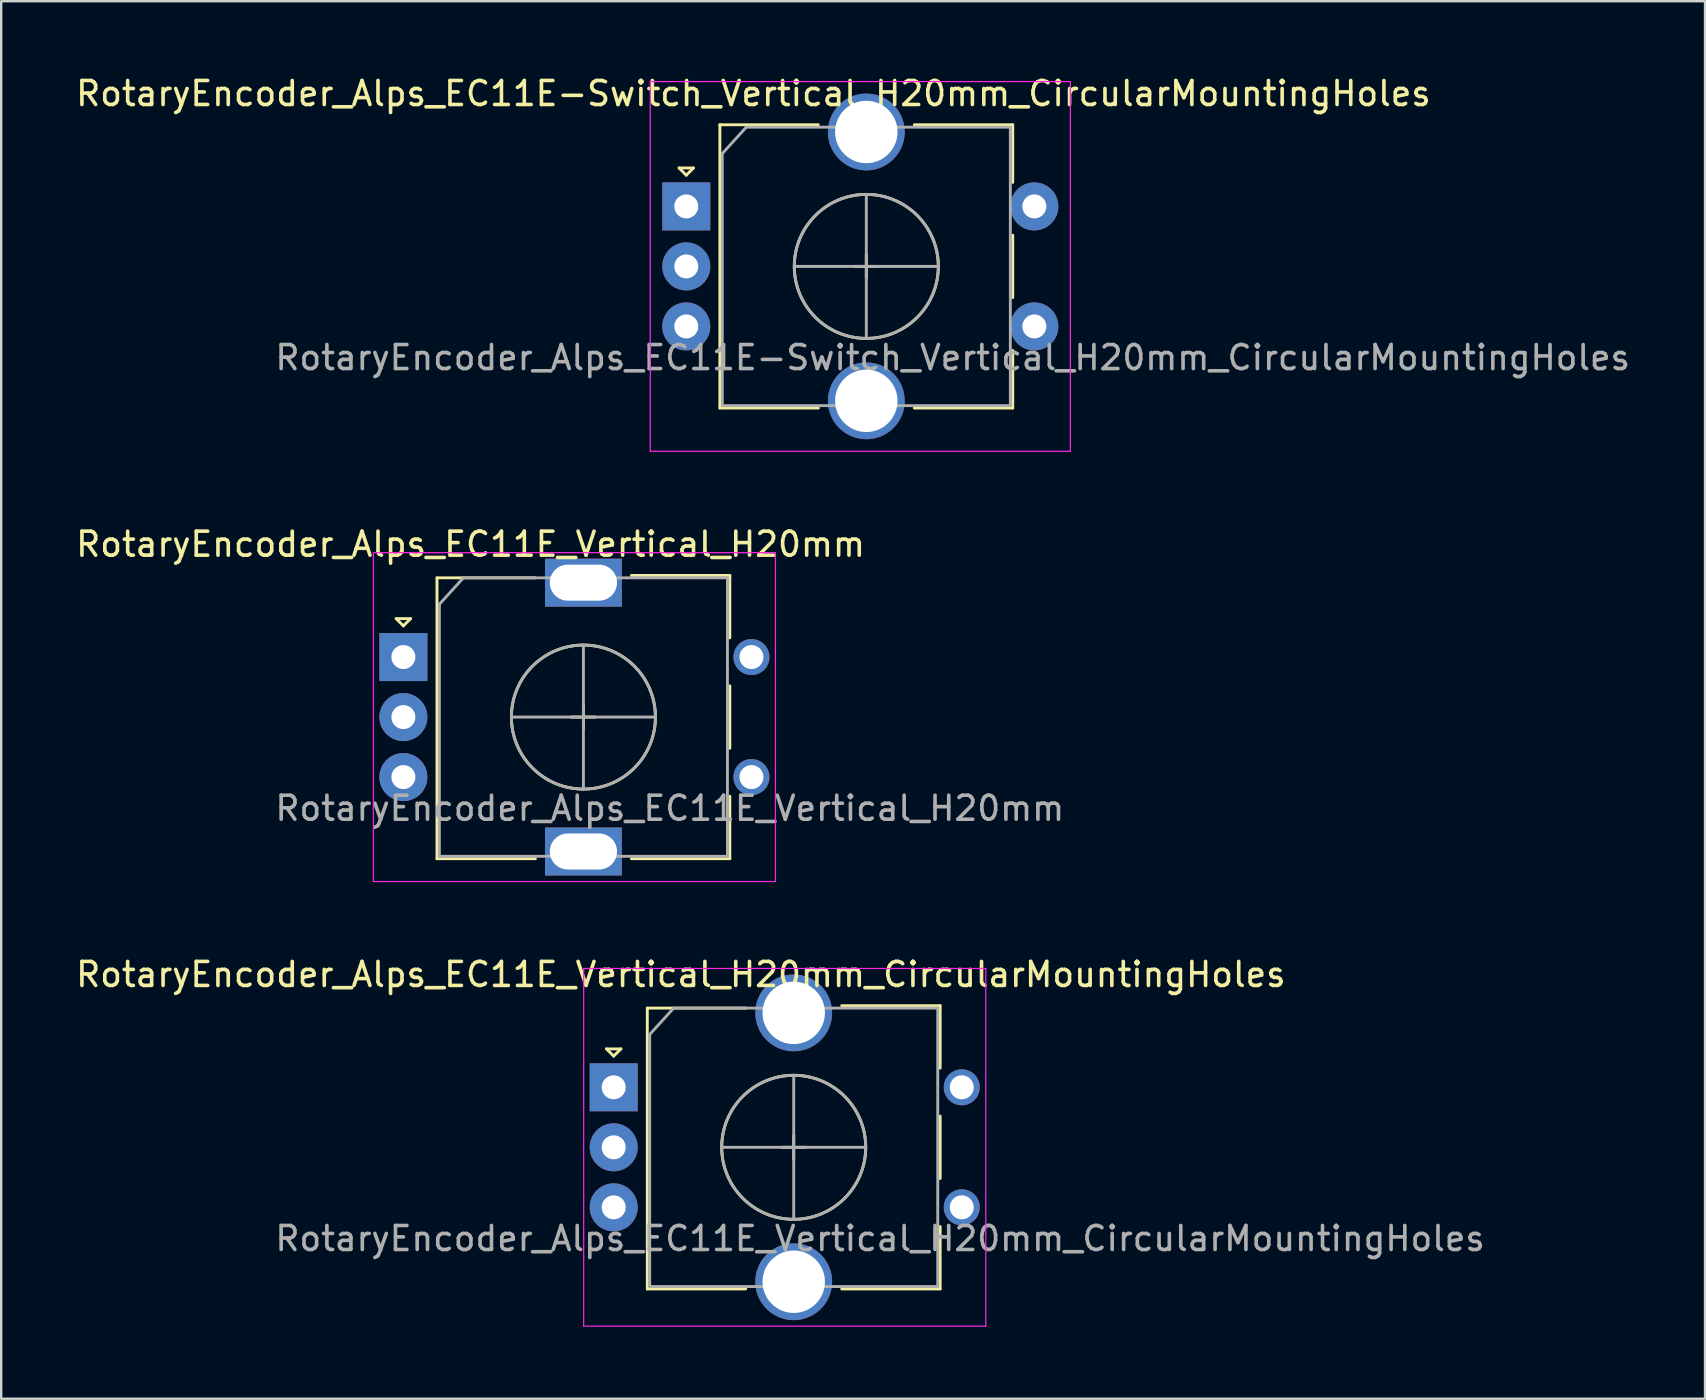
<source format=kicad_pcb>
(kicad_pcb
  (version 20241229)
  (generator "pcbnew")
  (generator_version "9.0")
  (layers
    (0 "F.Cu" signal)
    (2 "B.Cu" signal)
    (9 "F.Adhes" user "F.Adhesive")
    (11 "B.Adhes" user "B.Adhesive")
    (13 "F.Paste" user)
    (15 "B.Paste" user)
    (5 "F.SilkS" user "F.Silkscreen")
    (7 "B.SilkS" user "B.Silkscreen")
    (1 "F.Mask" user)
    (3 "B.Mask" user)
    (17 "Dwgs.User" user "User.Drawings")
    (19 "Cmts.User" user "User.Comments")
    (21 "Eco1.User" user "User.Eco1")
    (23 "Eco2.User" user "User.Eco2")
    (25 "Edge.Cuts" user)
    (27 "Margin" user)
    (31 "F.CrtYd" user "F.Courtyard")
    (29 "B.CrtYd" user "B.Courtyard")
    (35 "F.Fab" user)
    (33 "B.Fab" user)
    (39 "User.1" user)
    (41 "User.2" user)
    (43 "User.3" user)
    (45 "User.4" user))
  (footprint "RotaryEncoder_Alps_EC11E_Vertical_H20mm"
    (layer "F.Cu")
    (at 13.754 24.322)
    (property "Reference" "RotaryEncoder_Alps_EC11E_Vertical_H20mm" (at 2.8 -4.7 0) (layer "F.SilkS") (effects (font (size 1 1) (thickness 0.15))))
    (attr through_hole)
    (fp_line (start -0.3 -1.6) (end 0.3 -1.6) (stroke (width 0.12) (type solid)) (layer "F.SilkS"))
    (fp_line (start 0 -1.3) (end -0.3 -1.6) (stroke (width 0.12) (type solid)) (layer "F.SilkS"))
    (fp_line (start 0.3 -1.6) (end 0 -1.3) (stroke (width 0.12) (type solid)) (layer "F.SilkS"))
    (fp_line (start 1.4 -3.3) (end 1.4 8.4) (stroke (width 0.12) (type solid)) (layer "F.SilkS"))
    (fp_line (start 5.5 -3.3) (end 1.4 -3.3) (stroke (width 0.12) (type solid)) (layer "F.SilkS"))
    (fp_line (start 5.5 8.4) (end 1.4 8.4) (stroke (width 0.12) (type solid)) (layer "F.SilkS"))
    (fp_line (start 7 2.5) (end 8 2.5) (stroke (width 0.12) (type solid)) (layer "F.SilkS"))
    (fp_line (start 7.5 2) (end 7.5 3) (stroke (width 0.12) (type solid)) (layer "F.SilkS"))
    (fp_line (start 9.5 -3.4) (end 13.6 -3.4) (stroke (width 0.12) (type solid)) (layer "F.SilkS"))
    (fp_line (start 13.6 -3.4) (end 13.6 -0.8) (stroke (width 0.12) (type solid)) (layer "F.SilkS"))
    (fp_line (start 13.6 1.2) (end 13.6 3.8) (stroke (width 0.12) (type solid)) (layer "F.SilkS"))
    (fp_line (start 13.6 5.8) (end 13.6 8.4) (stroke (width 0.12) (type solid)) (layer "F.SilkS"))
    (fp_line (start 13.6 8.4) (end 9.5 8.4) (stroke (width 0.12) (type solid)) (layer "F.SilkS"))
    (fp_circle (center 7.5 2.5) (end 10.5 2.5) (stroke (width 0.12) (type solid)) (fill no) (layer "F.SilkS"))
    (fp_line (start -1.25 -4.35) (end -1.25 9.35) (stroke (width 0.05) (type solid)) (layer "F.CrtYd"))
    (fp_line (start -1.25 -4.35) (end 15.5 -4.35) (stroke (width 0.05) (type solid)) (layer "F.CrtYd"))
    (fp_line (start 15.5 9.35) (end -1.25 9.35) (stroke (width 0.05) (type solid)) (layer "F.CrtYd"))
    (fp_line (start 15.5 9.35) (end 15.5 -4.35) (stroke (width 0.05) (type solid)) (layer "F.CrtYd"))
    (fp_line (start 1.5 -2.2) (end 2.5 -3.3) (stroke (width 0.12) (type solid)) (layer "F.Fab"))
    (fp_line (start 1.5 8.3) (end 1.5 -2.2) (stroke (width 0.12) (type solid)) (layer "F.Fab"))
    (fp_line (start 2.5 -3.3) (end 13.5 -3.3) (stroke (width 0.12) (type solid)) (layer "F.Fab"))
    (fp_line (start 4.5 2.5) (end 10.5 2.5) (stroke (width 0.12) (type solid)) (layer "F.Fab"))
    (fp_line (start 7.5 -0.5) (end 7.5 5.5) (stroke (width 0.12) (type solid)) (layer "F.Fab"))
    (fp_line (start 13.5 -3.3) (end 13.5 8.3) (stroke (width 0.12) (type solid)) (layer "F.Fab"))
    (fp_line (start 13.5 8.3) (end 1.5 8.3) (stroke (width 0.12) (type solid)) (layer "F.Fab"))
    (fp_circle (center 7.5 2.5) (end 10.5 2.5) (stroke (width 0.12) (type solid)) (fill no) (layer "F.Fab"))
    (fp_text user "${REFERENCE}" (at 11.1 6.3 0) (layer "F.Fab") (effects (font (size 1 1) (thickness 0.15))))
    (pad "" thru_hole circle (at 14.5 0) (size 1.5 1.5) (drill 1) (layers "*.Cu" "*.Mask"))
    (pad "" thru_hole circle (at 14.5 5) (size 1.5 1.5) (drill 1) (layers "*.Cu" "*.Mask"))
    (pad "A" thru_hole rect (at 0 0) (size 2 2) (drill 1) (layers "*.Cu" "*.Mask"))
    (pad "B" thru_hole circle (at 0 5) (size 2 2) (drill 1) (layers "*.Cu" "*.Mask"))
    (pad "C" thru_hole circle (at 0 2.5) (size 2 2) (drill 1) (layers "*.Cu" "*.Mask"))
    (pad "MP" thru_hole rect (at 7.5 -3.1) (size 3.2 2) (drill oval 2.8 1.5) (layers "*.Cu" "*.Mask"))
    (pad "MP" thru_hole rect (at 7.5 8.1) (size 3.2 2) (drill oval 2.8 1.5) (layers "*.Cu" "*.Mask")))
  (footprint "RotaryEncoder_Alps_EC11E-Switch_Vertical_H20mm_CircularMountingHoles"
    (layer "F.Cu")
    (at 25.539 5.548)
    (property "Reference" "RotaryEncoder_Alps_EC11E-Switch_Vertical_H20mm_CircularMountingHoles" (at 2.8 -4.7 0) (layer "F.SilkS") (effects (font (size 1 1) (thickness 0.15))))
    (attr through_hole)
    (fp_line (start -0.3 -1.6) (end 0.3 -1.6) (stroke (width 0.12) (type solid)) (layer "F.SilkS"))
    (fp_line (start 0 -1.3) (end -0.3 -1.6) (stroke (width 0.12) (type solid)) (layer "F.SilkS"))
    (fp_line (start 0.3 -1.6) (end 0 -1.3) (stroke (width 0.12) (type solid)) (layer "F.SilkS"))
    (fp_line (start 1.4 -3.4) (end 1.4 8.4) (stroke (width 0.12) (type solid)) (layer "F.SilkS"))
    (fp_line (start 5.5 -3.4) (end 1.4 -3.4) (stroke (width 0.12) (type solid)) (layer "F.SilkS"))
    (fp_line (start 5.5 8.4) (end 1.4 8.4) (stroke (width 0.12) (type solid)) (layer "F.SilkS"))
    (fp_line (start 7 2.5) (end 8 2.5) (stroke (width 0.12) (type solid)) (layer "F.SilkS"))
    (fp_line (start 7.5 2) (end 7.5 3) (stroke (width 0.12) (type solid)) (layer "F.SilkS"))
    (fp_line (start 9.5 -3.4) (end 13.6 -3.4) (stroke (width 0.12) (type solid)) (layer "F.SilkS"))
    (fp_line (start 13.6 -3.4) (end 13.6 -1) (stroke (width 0.12) (type solid)) (layer "F.SilkS"))
    (fp_line (start 13.6 1.2) (end 13.6 3.8) (stroke (width 0.12) (type solid)) (layer "F.SilkS"))
    (fp_line (start 13.6 6) (end 13.6 8.4) (stroke (width 0.12) (type solid)) (layer "F.SilkS"))
    (fp_line (start 13.6 8.4) (end 9.5 8.4) (stroke (width 0.12) (type solid)) (layer "F.SilkS"))
    (fp_circle (center 7.5 2.5) (end 10.5 2.5) (stroke (width 0.12) (type solid)) (fill no) (layer "F.SilkS"))
    (fp_line (start -1.5 -5.2) (end -1.5 10.2) (stroke (width 0.05) (type solid)) (layer "F.CrtYd"))
    (fp_line (start -1.5 -5.2) (end 16 -5.2) (stroke (width 0.05) (type solid)) (layer "F.CrtYd"))
    (fp_line (start 16 10.2) (end -1.5 10.2) (stroke (width 0.05) (type solid)) (layer "F.CrtYd"))
    (fp_line (start 16 10.2) (end 16 -5.2) (stroke (width 0.05) (type solid)) (layer "F.CrtYd"))
    (fp_line (start 1.5 -2.2) (end 2.5 -3.3) (stroke (width 0.12) (type solid)) (layer "F.Fab"))
    (fp_line (start 1.5 8.3) (end 1.5 -2.2) (stroke (width 0.12) (type solid)) (layer "F.Fab"))
    (fp_line (start 2.5 -3.3) (end 13.5 -3.3) (stroke (width 0.12) (type solid)) (layer "F.Fab"))
    (fp_line (start 4.5 2.5) (end 10.5 2.5) (stroke (width 0.12) (type solid)) (layer "F.Fab"))
    (fp_line (start 7.5 -0.5) (end 7.5 5.5) (stroke (width 0.12) (type solid)) (layer "F.Fab"))
    (fp_line (start 13.5 -3.3) (end 13.5 8.3) (stroke (width 0.12) (type solid)) (layer "F.Fab"))
    (fp_line (start 13.5 8.3) (end 1.5 8.3) (stroke (width 0.12) (type solid)) (layer "F.Fab"))
    (fp_circle (center 7.5 2.5) (end 10.5 2.5) (stroke (width 0.12) (type solid)) (fill no) (layer "F.Fab"))
    (fp_text user "${REFERENCE}" (at 11.1 6.3 0) (layer "F.Fab") (effects (font (size 1 1) (thickness 0.15))))
    (pad "A" thru_hole rect (at 0 0) (size 2 2) (drill 1) (layers "*.Cu" "*.Mask"))
    (pad "B" thru_hole circle (at 0 5) (size 2 2) (drill 1) (layers "*.Cu" "*.Mask"))
    (pad "C" thru_hole circle (at 0 2.5) (size 2 2) (drill 1) (layers "*.Cu" "*.Mask"))
    (pad "MP" thru_hole circle (at 7.5 -3.1) (size 3.2 3.2) (drill 2.6) (layers "*.Cu" "*.Mask"))
    (pad "MP" thru_hole circle (at 7.5 8.1) (size 3.2 3.2) (drill 2.6) (layers "*.Cu" "*.Mask"))
    (pad "S1" thru_hole circle (at 14.5 5) (size 2 2) (drill 1) (layers "*.Cu" "*.Mask"))
    (pad "S2" thru_hole circle (at 14.5 0) (size 2 2) (drill 1) (layers "*.Cu" "*.Mask")))
  (footprint "RotaryEncoder_Alps_EC11E_Vertical_H20mm_CircularMountingHoles"
    (layer "F.Cu")
    (at 22.515 42.245)
    (property "Reference" "RotaryEncoder_Alps_EC11E_Vertical_H20mm_CircularMountingHoles" (at 2.8 -4.7 0) (layer "F.SilkS") (effects (font (size 1 1) (thickness 0.15))))
    (attr through_hole)
    (fp_line (start -0.3 -1.6) (end 0.3 -1.6) (stroke (width 0.12) (type solid)) (layer "F.SilkS"))
    (fp_line (start 0 -1.3) (end -0.3 -1.6) (stroke (width 0.12) (type solid)) (layer "F.SilkS"))
    (fp_line (start 0.3 -1.6) (end 0 -1.3) (stroke (width 0.12) (type solid)) (layer "F.SilkS"))
    (fp_line (start 1.4 -3.3) (end 1.4 8.4) (stroke (width 0.12) (type solid)) (layer "F.SilkS"))
    (fp_line (start 5.5 -3.3) (end 1.4 -3.3) (stroke (width 0.12) (type solid)) (layer "F.SilkS"))
    (fp_line (start 5.5 8.4) (end 1.4 8.4) (stroke (width 0.12) (type solid)) (layer "F.SilkS"))
    (fp_line (start 7 2.5) (end 8 2.5) (stroke (width 0.12) (type solid)) (layer "F.SilkS"))
    (fp_line (start 7.5 2) (end 7.5 3) (stroke (width 0.12) (type solid)) (layer "F.SilkS"))
    (fp_line (start 9.5 -3.4) (end 13.6 -3.4) (stroke (width 0.12) (type solid)) (layer "F.SilkS"))
    (fp_line (start 13.6 -3.4) (end 13.6 -0.8) (stroke (width 0.12) (type solid)) (layer "F.SilkS"))
    (fp_line (start 13.6 1.2) (end 13.6 3.8) (stroke (width 0.12) (type solid)) (layer "F.SilkS"))
    (fp_line (start 13.6 5.8) (end 13.6 8.4) (stroke (width 0.12) (type solid)) (layer "F.SilkS"))
    (fp_line (start 13.6 8.4) (end 9.5 8.4) (stroke (width 0.12) (type solid)) (layer "F.SilkS"))
    (fp_circle (center 7.5 2.5) (end 10.5 2.5) (stroke (width 0.12) (type solid)) (fill no) (layer "F.SilkS"))
    (fp_line (start -1.25 -4.95) (end -1.25 9.95) (stroke (width 0.05) (type solid)) (layer "F.CrtYd"))
    (fp_line (start -1.25 -4.95) (end 15.5 -4.95) (stroke (width 0.05) (type solid)) (layer "F.CrtYd"))
    (fp_line (start 15.5 9.95) (end -1.25 9.95) (stroke (width 0.05) (type solid)) (layer "F.CrtYd"))
    (fp_line (start 15.5 9.95) (end 15.5 -4.95) (stroke (width 0.05) (type solid)) (layer "F.CrtYd"))
    (fp_line (start 1.5 -2.2) (end 2.5 -3.3) (stroke (width 0.12) (type solid)) (layer "F.Fab"))
    (fp_line (start 1.5 8.3) (end 1.5 -2.2) (stroke (width 0.12) (type solid)) (layer "F.Fab"))
    (fp_line (start 2.5 -3.3) (end 13.5 -3.3) (stroke (width 0.12) (type solid)) (layer "F.Fab"))
    (fp_line (start 4.5 2.5) (end 10.5 2.5) (stroke (width 0.12) (type solid)) (layer "F.Fab"))
    (fp_line (start 7.5 -0.5) (end 7.5 5.5) (stroke (width 0.12) (type solid)) (layer "F.Fab"))
    (fp_line (start 13.5 -3.3) (end 13.5 8.3) (stroke (width 0.12) (type solid)) (layer "F.Fab"))
    (fp_line (start 13.5 8.3) (end 1.5 8.3) (stroke (width 0.12) (type solid)) (layer "F.Fab"))
    (fp_circle (center 7.5 2.5) (end 10.5 2.5) (stroke (width 0.12) (type solid)) (fill no) (layer "F.Fab"))
    (fp_text user "${REFERENCE}" (at 11.1 6.3 0) (layer "F.Fab") (effects (font (size 1 1) (thickness 0.15))))
    (pad "" thru_hole circle (at 14.5 0) (size 1.5 1.5) (drill 1) (layers "*.Cu" "*.Mask"))
    (pad "" thru_hole circle (at 14.5 5) (size 1.5 1.5) (drill 1) (layers "*.Cu" "*.Mask"))
    (pad "A" thru_hole rect (at 0 0) (size 2 2) (drill 1) (layers "*.Cu" "*.Mask"))
    (pad "B" thru_hole circle (at 0 5) (size 2 2) (drill 1) (layers "*.Cu" "*.Mask"))
    (pad "C" thru_hole circle (at 0 2.5) (size 2 2) (drill 1) (layers "*.Cu" "*.Mask"))
    (pad "MP" thru_hole circle (at 7.5 -3.1) (size 3.2 3.2) (drill 2.6) (layers "*.Cu" "*.Mask"))
    (pad "MP" thru_hole circle (at 7.5 8.1) (size 3.2 3.2) (drill 2.6) (layers "*.Cu" "*.Mask")))
  (gr_rect
    (start -3 -3)
    (end 67.979 55.22)
    (stroke (width 0.1) (type default))
    (fill no)
    (layer "Edge.Cuts")))
</source>
